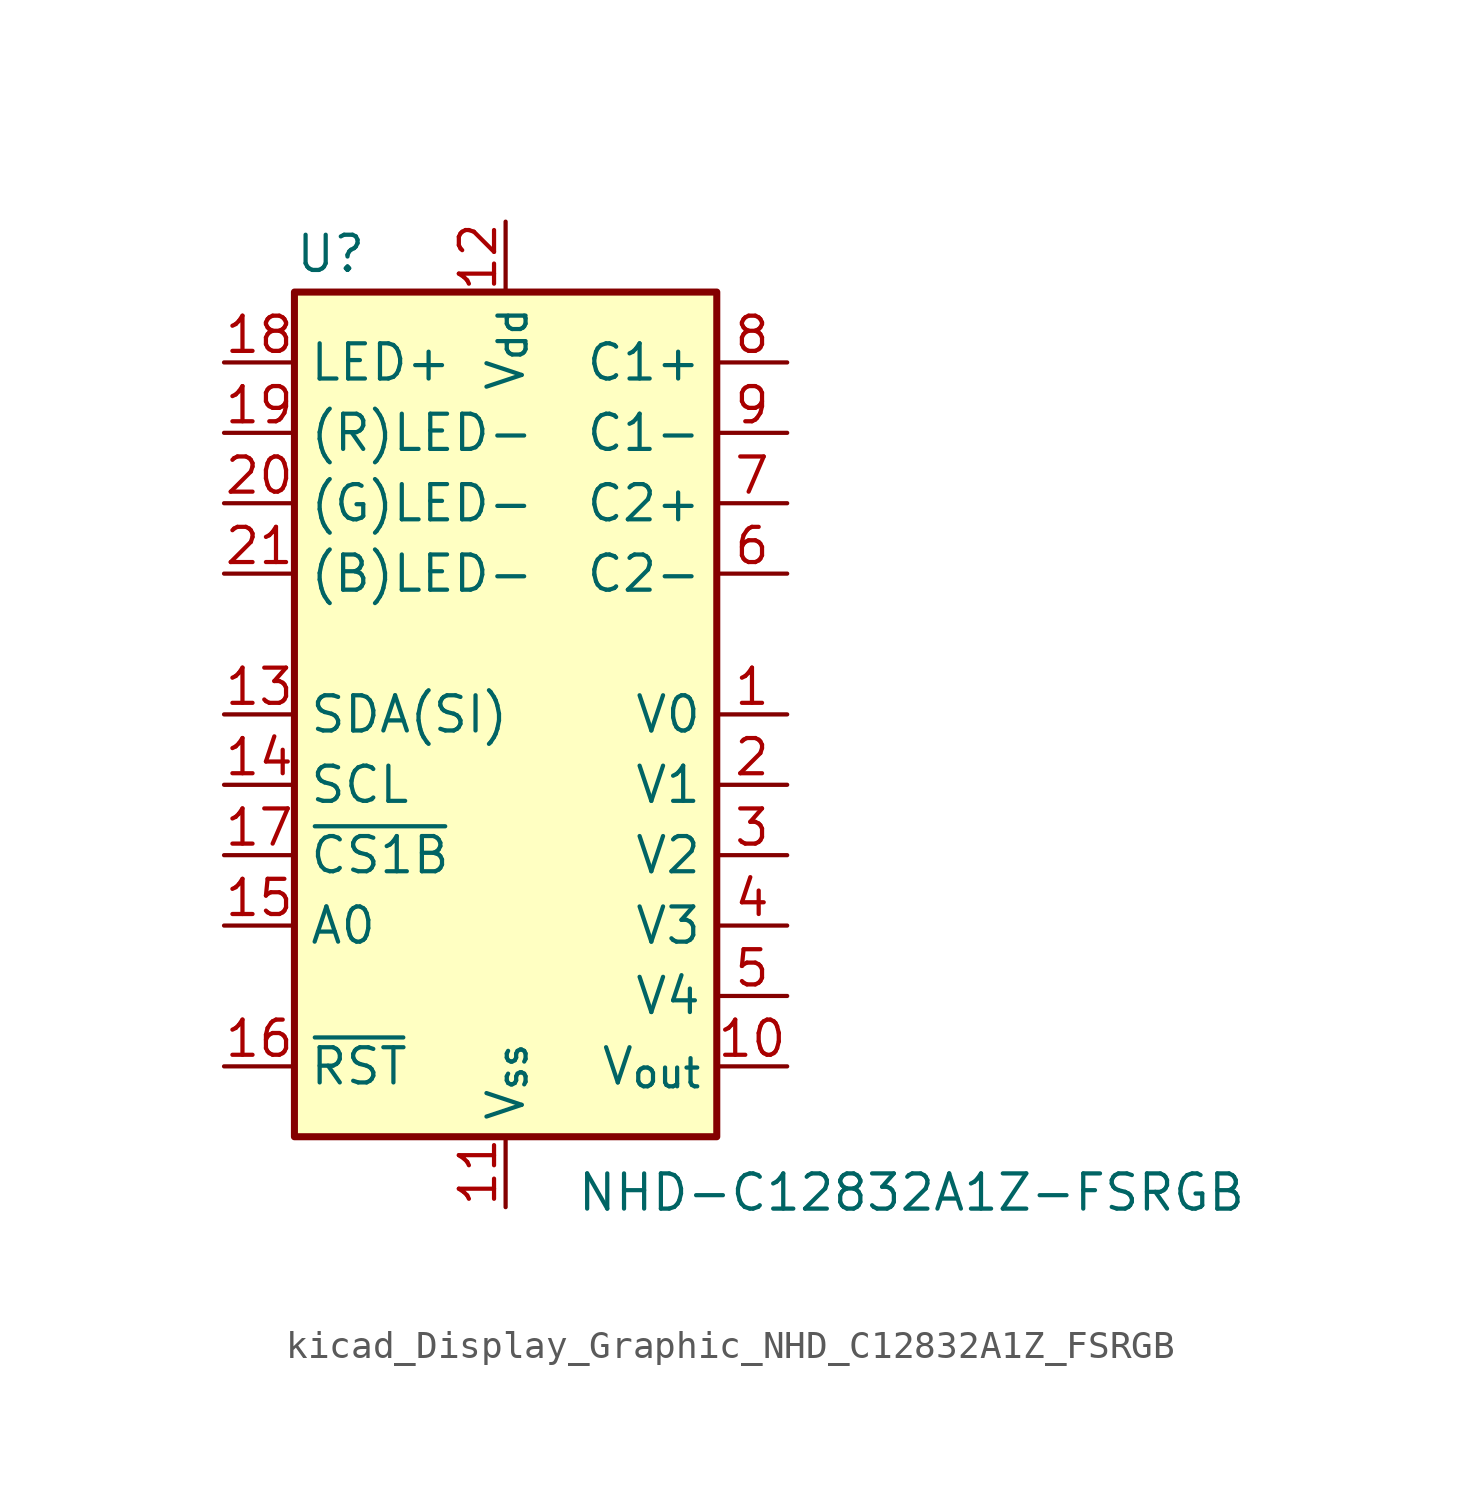
<source format=kicad_sym>
(kicad_symbol_lib
  (version 20220914)
  (generator kicad_symbol_editor)
  (symbol "kicad_Display_Graphic_NHD_C12832A1Z_FSRGB"
    (property "Reference" "U"
      (at -7.62 15.875 0)
      (effects (font (size 1.27 1.27)) (justify left bottom)))
    (property "Value" "NHD-C12832A1Z-FSRGB"
      (at 2.54 -16.51 0)
      (effects (font (size 1.27 1.27)) (justify left top)))
    (symbol "kicad_Display_Graphic_NHD_C12832A1Z_FSRGB_0_1"
      (rectangle (start -7.62 15.24) (end 7.62 -15.24) (stroke (width 0.254) (type default)) (fill (type background))))
    (symbol "kicad_Display_Graphic_NHD_C12832A1Z_FSRGB_1_1"
      (pin passive line (at 10.16 0 180) (length 2.54) (name "V0" (effects (font (size 1.27 1.27)))) (number "1" (effects (font (size 1.27 1.27)))))
      (pin passive line (at 10.16 -12.7 180) (length 2.54) (name "V_{out}" (effects (font (size 1.27 1.27)))) (number "10" (effects (font (size 1.27 1.27)))))
      (pin power_in line (at 0 -17.78 90) (length 2.54) (name "V_{ss}" (effects (font (size 1.27 1.27)))) (number "11" (effects (font (size 1.27 1.27)))))
      (pin power_in line (at 0 17.78 270) (length 2.54) (name "V_{dd}" (effects (font (size 1.27 1.27)))) (number "12" (effects (font (size 1.27 1.27)))))
      (pin input line (at -10.16 0 0) (length 2.54) (name "SDA(SI)" (effects (font (size 1.27 1.27)))) (number "13" (effects (font (size 1.27 1.27)))))
      (pin input line (at -10.16 -2.54 0) (length 2.54) (name "SCL" (effects (font (size 1.27 1.27)))) (number "14" (effects (font (size 1.27 1.27)))))
      (pin input line (at -10.16 -7.62 0) (length 2.54) (name "A0" (effects (font (size 1.27 1.27)))) (number "15" (effects (font (size 1.27 1.27)))))
      (pin input line (at -10.16 -12.7 0) (length 2.54) (name "~{RST}" (effects (font (size 1.27 1.27)))) (number "16" (effects (font (size 1.27 1.27)))))
      (pin input line (at -10.16 -5.08 0) (length 2.54) (name "~{CS1B}" (effects (font (size 1.27 1.27)))) (number "17" (effects (font (size 1.27 1.27)))))
      (pin passive line (at -10.16 12.7 0) (length 2.54) (name "LED+" (effects (font (size 1.27 1.27)))) (number "18" (effects (font (size 1.27 1.27)))))
      (pin passive line (at -10.16 10.16 0) (length 2.54) (name "(R)LED-" (effects (font (size 1.27 1.27)))) (number "19" (effects (font (size 1.27 1.27)))))
      (pin passive line (at 10.16 -2.54 180) (length 2.54) (name "V1" (effects (font (size 1.27 1.27)))) (number "2" (effects (font (size 1.27 1.27)))))
      (pin passive line (at -10.16 7.62 0) (length 2.54) (name "(G)LED-" (effects (font (size 1.27 1.27)))) (number "20" (effects (font (size 1.27 1.27)))))
      (pin passive line (at -10.16 5.08 0) (length 2.54) (name "(B)LED-" (effects (font (size 1.27 1.27)))) (number "21" (effects (font (size 1.27 1.27)))))
      (pin passive line (at 10.16 -5.08 180) (length 2.54) (name "V2" (effects (font (size 1.27 1.27)))) (number "3" (effects (font (size 1.27 1.27)))))
      (pin passive line (at 10.16 -7.62 180) (length 2.54) (name "V3" (effects (font (size 1.27 1.27)))) (number "4" (effects (font (size 1.27 1.27)))))
      (pin passive line (at 10.16 -10.16 180) (length 2.54) (name "V4" (effects (font (size 1.27 1.27)))) (number "5" (effects (font (size 1.27 1.27)))))
      (pin passive line (at 10.16 5.08 180) (length 2.54) (name "C2-" (effects (font (size 1.27 1.27)))) (number "6" (effects (font (size 1.27 1.27)))))
      (pin passive line (at 10.16 7.62 180) (length 2.54) (name "C2+" (effects (font (size 1.27 1.27)))) (number "7" (effects (font (size 1.27 1.27)))))
      (pin passive line (at 10.16 12.7 180) (length 2.54) (name "C1+" (effects (font (size 1.27 1.27)))) (number "8" (effects (font (size 1.27 1.27)))))
      (pin passive line (at 10.16 10.16 180) (length 2.54) (name "C1-" (effects (font (size 1.27 1.27)))) (number "9" (effects (font (size 1.27 1.27))))))))
</source>
